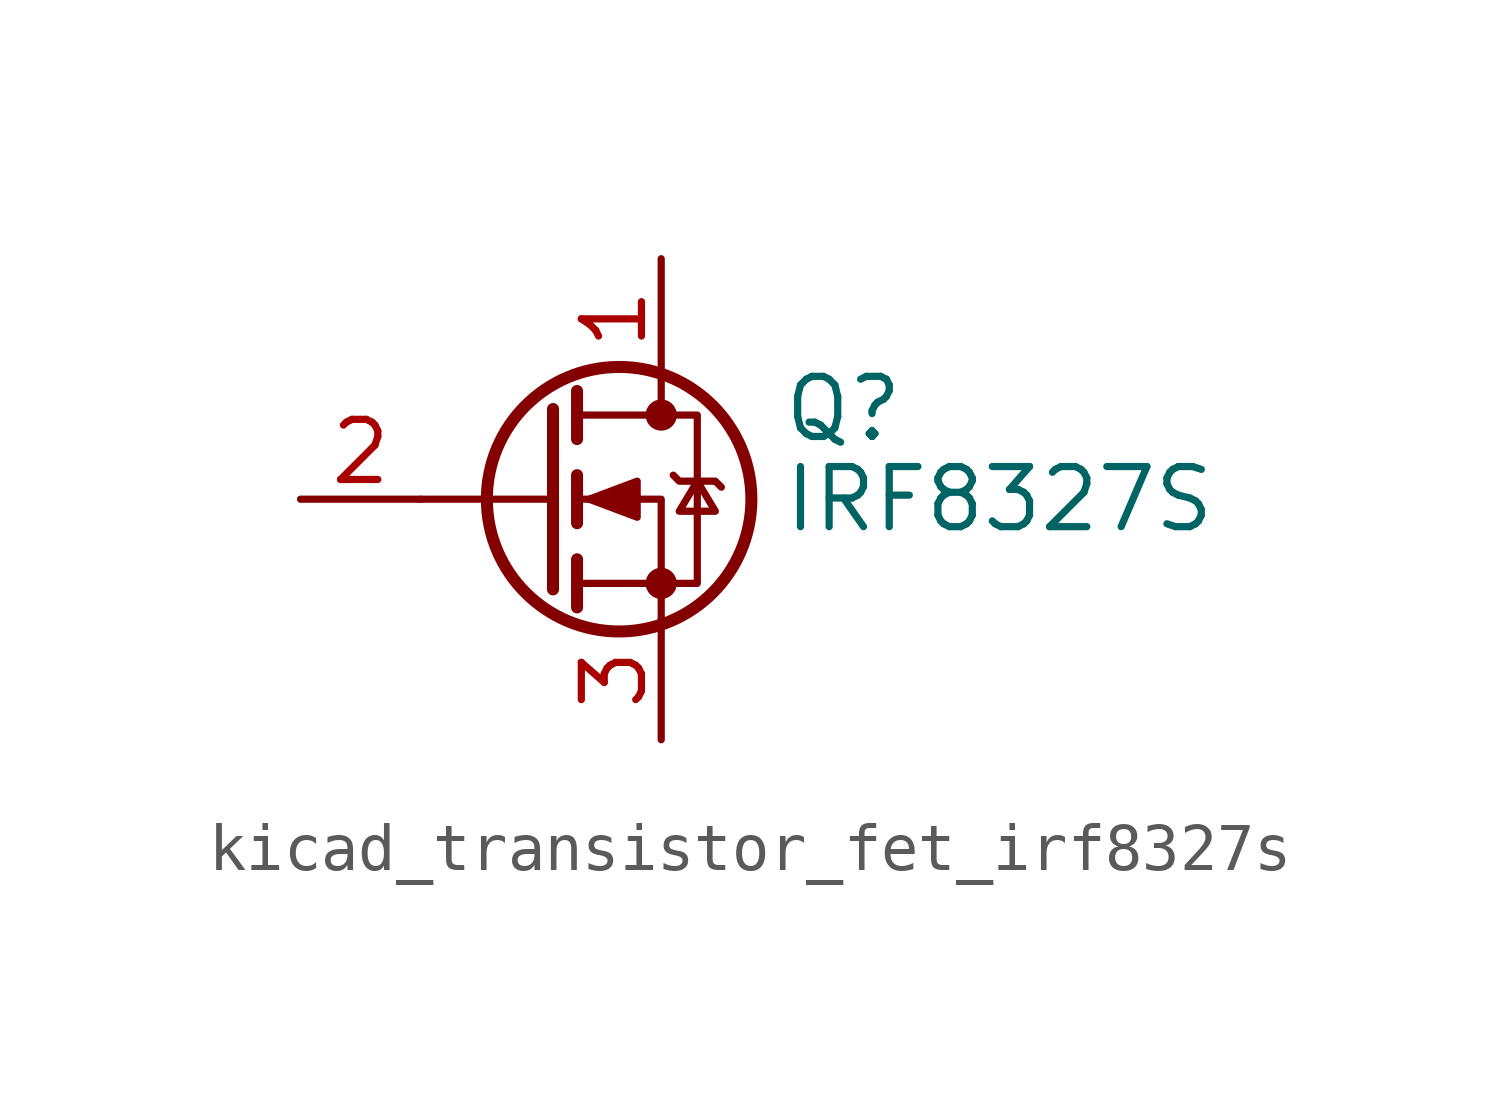
<source format=kicad_sym>
(kicad_symbol_lib
  (version 20220914)
  (generator kicad_symbol_editor)
  (symbol "kicad_transistor_fet_irf8327s"
    (pin_names hide)
    (property "Reference" "Q"
      (at 5.08 1.905 0)
      (effects (font (size 1.27 1.27)) (justify left)))
    (property "Value" "IRF8327S"
      (at 5.08 0 0)
      (effects (font (size 1.27 1.27)) (justify left)))
    (symbol "kicad_transistor_fet_irf8327s_0_1"
      (polyline (pts (xy 0.254 0) (xy -2.54 0)) (stroke (width 0) (type default)) (fill (type none)))
      (polyline (pts (xy 0.254 1.905) (xy 0.254 -1.905)) (stroke (width 0.254) (type default)) (fill (type none)))
      (polyline (pts (xy 0.762 -1.27) (xy 0.762 -2.286)) (stroke (width 0.254) (type default)) (fill (type none)))
      (polyline (pts (xy 0.762 0.508) (xy 0.762 -0.508)) (stroke (width 0.254) (type default)) (fill (type none)))
      (polyline (pts (xy 0.762 2.286) (xy 0.762 1.27)) (stroke (width 0.254) (type default)) (fill (type none)))
      (polyline (pts (xy 2.54 2.54) (xy 2.54 1.778)) (stroke (width 0) (type default)) (fill (type none)))
      (polyline (pts (xy 2.54 -2.54) (xy 2.54 0) (xy 0.762 0)) (stroke (width 0) (type default)) (fill (type none)))
      (polyline (pts (xy 0.762 -1.778) (xy 3.302 -1.778) (xy 3.302 1.778) (xy 0.762 1.778)) (stroke (width 0) (type default)) (fill (type none)))
      (polyline (pts (xy 1.016 0) (xy 2.032 0.381) (xy 2.032 -0.381) (xy 1.016 0)) (stroke (width 0) (type default)) (fill (type outline)))
      (polyline (pts (xy 2.794 0.508) (xy 2.921 0.381) (xy 3.683 0.381) (xy 3.81 0.254)) (stroke (width 0) (type default)) (fill (type none)))
      (polyline (pts (xy 3.302 0.381) (xy 2.921 -0.254) (xy 3.683 -0.254) (xy 3.302 0.381)) (stroke (width 0) (type default)) (fill (type none)))
      (circle (center 1.651 0) (radius 2.794) (stroke (width 0.254) (type default)) (fill (type none)))
      (circle (center 2.54 -1.778) (radius 0.254) (stroke (width 0) (type default)) (fill (type outline)))
      (circle (center 2.54 1.778) (radius 0.254) (stroke (width 0) (type default)) (fill (type outline))))
    (symbol "kicad_transistor_fet_irf8327s_1_1"
      (pin passive line (at 2.54 5.08 270) (length 2.54) (name "D" (effects (font (size 1.27 1.27)))) (number "1" (effects (font (size 1.27 1.27)))))
      (pin input line (at -5.08 0 0) (length 2.54) (name "G" (effects (font (size 1.27 1.27)))) (number "2" (effects (font (size 1.27 1.27)))))
      (pin passive line (at 2.54 -5.08 90) (length 2.54) (name "S" (effects (font (size 1.27 1.27)))) (number "3" (effects (font (size 1.27 1.27))))))))
</source>
